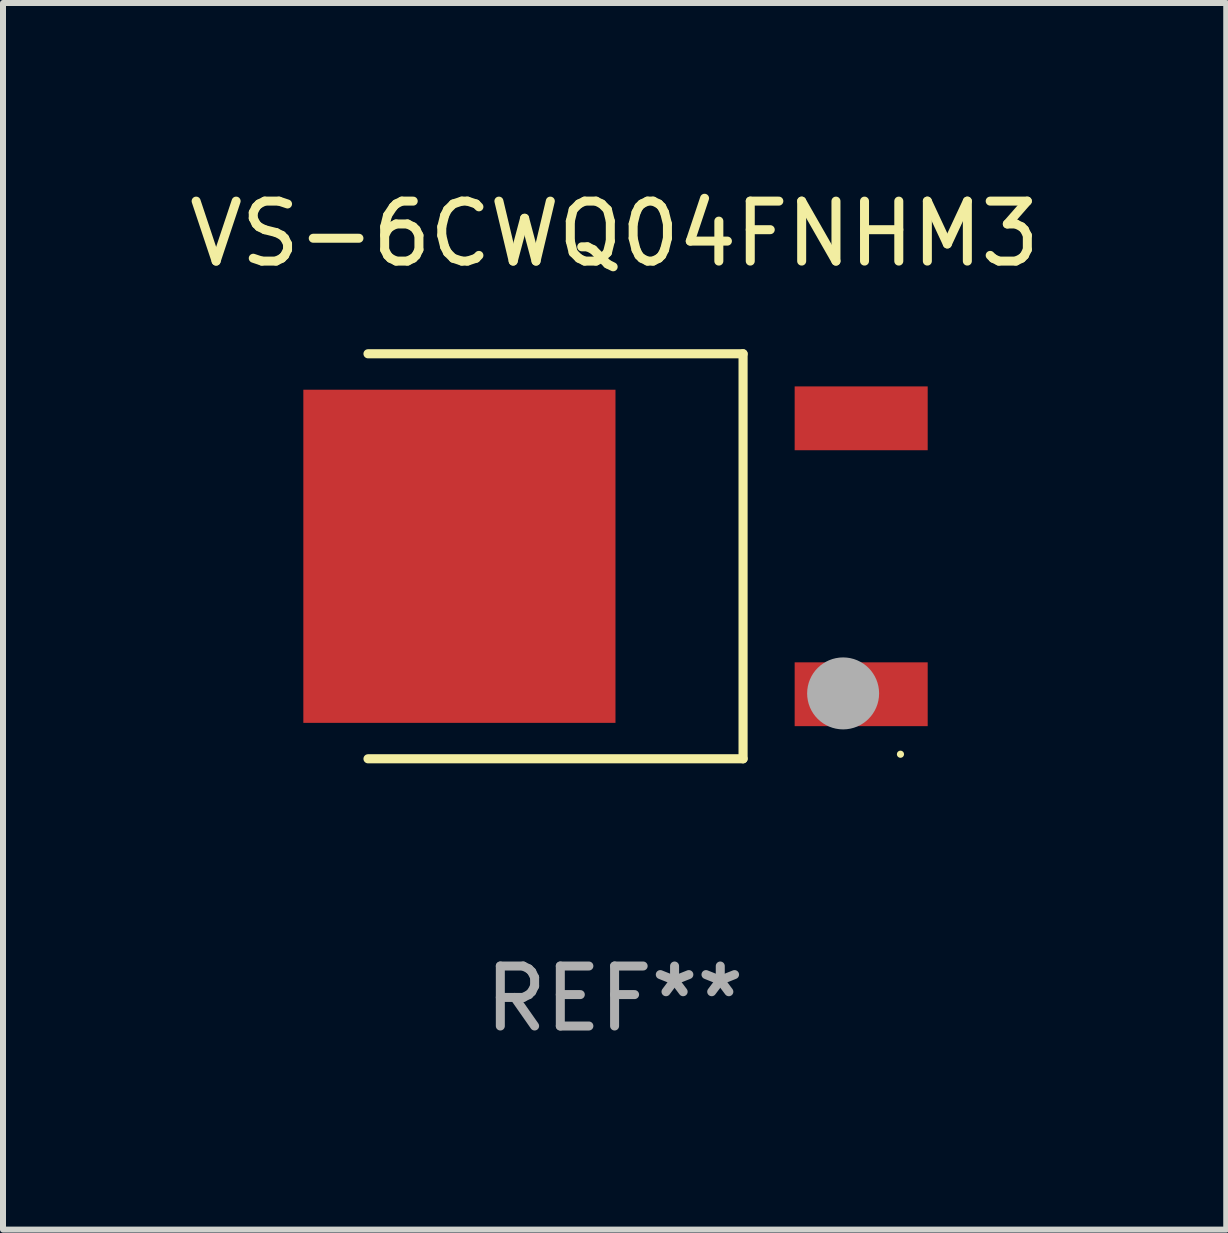
<source format=kicad_pcb>
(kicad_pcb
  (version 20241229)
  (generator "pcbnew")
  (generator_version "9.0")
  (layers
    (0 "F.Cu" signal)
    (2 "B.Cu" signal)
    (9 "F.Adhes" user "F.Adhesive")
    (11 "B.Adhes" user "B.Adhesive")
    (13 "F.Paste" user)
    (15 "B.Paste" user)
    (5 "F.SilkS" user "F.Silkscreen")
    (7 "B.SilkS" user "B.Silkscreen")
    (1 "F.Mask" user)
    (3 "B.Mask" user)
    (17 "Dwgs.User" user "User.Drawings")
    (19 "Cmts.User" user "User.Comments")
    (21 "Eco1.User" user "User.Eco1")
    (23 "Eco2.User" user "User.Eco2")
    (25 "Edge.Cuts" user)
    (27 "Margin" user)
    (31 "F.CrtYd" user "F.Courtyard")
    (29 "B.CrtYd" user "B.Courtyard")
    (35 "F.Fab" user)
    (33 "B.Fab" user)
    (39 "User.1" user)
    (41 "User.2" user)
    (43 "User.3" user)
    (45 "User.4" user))
  (footprint "VS-6CWQ04FNHM3"
    (layer "F.Cu")
    (at 7.196 6.224)
    (property "Reference" "VS-6CWQ04FNHM3" (at 0 -5.376 0) (layer "F.SilkS") (effects (font (size 1 1) (thickness 0.15))))
    (attr through_hole)
    (fp_line (start -4.111 -3.376) (end 2.142 -3.376) (stroke (width 0.152) (type solid)) (layer "F.SilkS"))
    (fp_line (start -4.111 3.376) (end 2.142 3.376) (stroke (width 0.152) (type solid)) (layer "F.SilkS"))
    (fp_line (start 2.142 3.376) (end 2.142 -3.376) (stroke (width 0.152) (type solid)) (layer "F.SilkS"))
    (fp_circle (center 4.766 3.3) (end 4.796 3.3) (stroke (width 0.06) (type solid)) (fill no) (layer "F.SilkS"))
    (fp_circle (center 3.81 2.286) (end 4.11 2.286) (stroke (width 0.6) (type solid)) (fill no) (layer "F.Fab"))
    (fp_text user "REF**" (at 0 7.376 0) (layer "F.Fab") (effects (font (size 1 1) (thickness 0.15))))
    (pad "1" smd rect (at 4.111 2.3) (size 2.218 1.064) (layers "F.Cu" "F.Mask" "F.Paste"))
    (pad "2" smd rect (at -2.587 0) (size 5.204 5.554) (layers "F.Cu" "F.Mask" "F.Paste"))
    (pad "3" smd rect (at 4.111 -2.3) (size 2.218 1.064) (layers "F.Cu" "F.Mask" "F.Paste")))
  (gr_rect
    (start -3 -3)
    (end 17.393 17.449)
    (stroke (width 0.1) (type default))
    (fill no)
    (layer "Edge.Cuts")))
</source>
